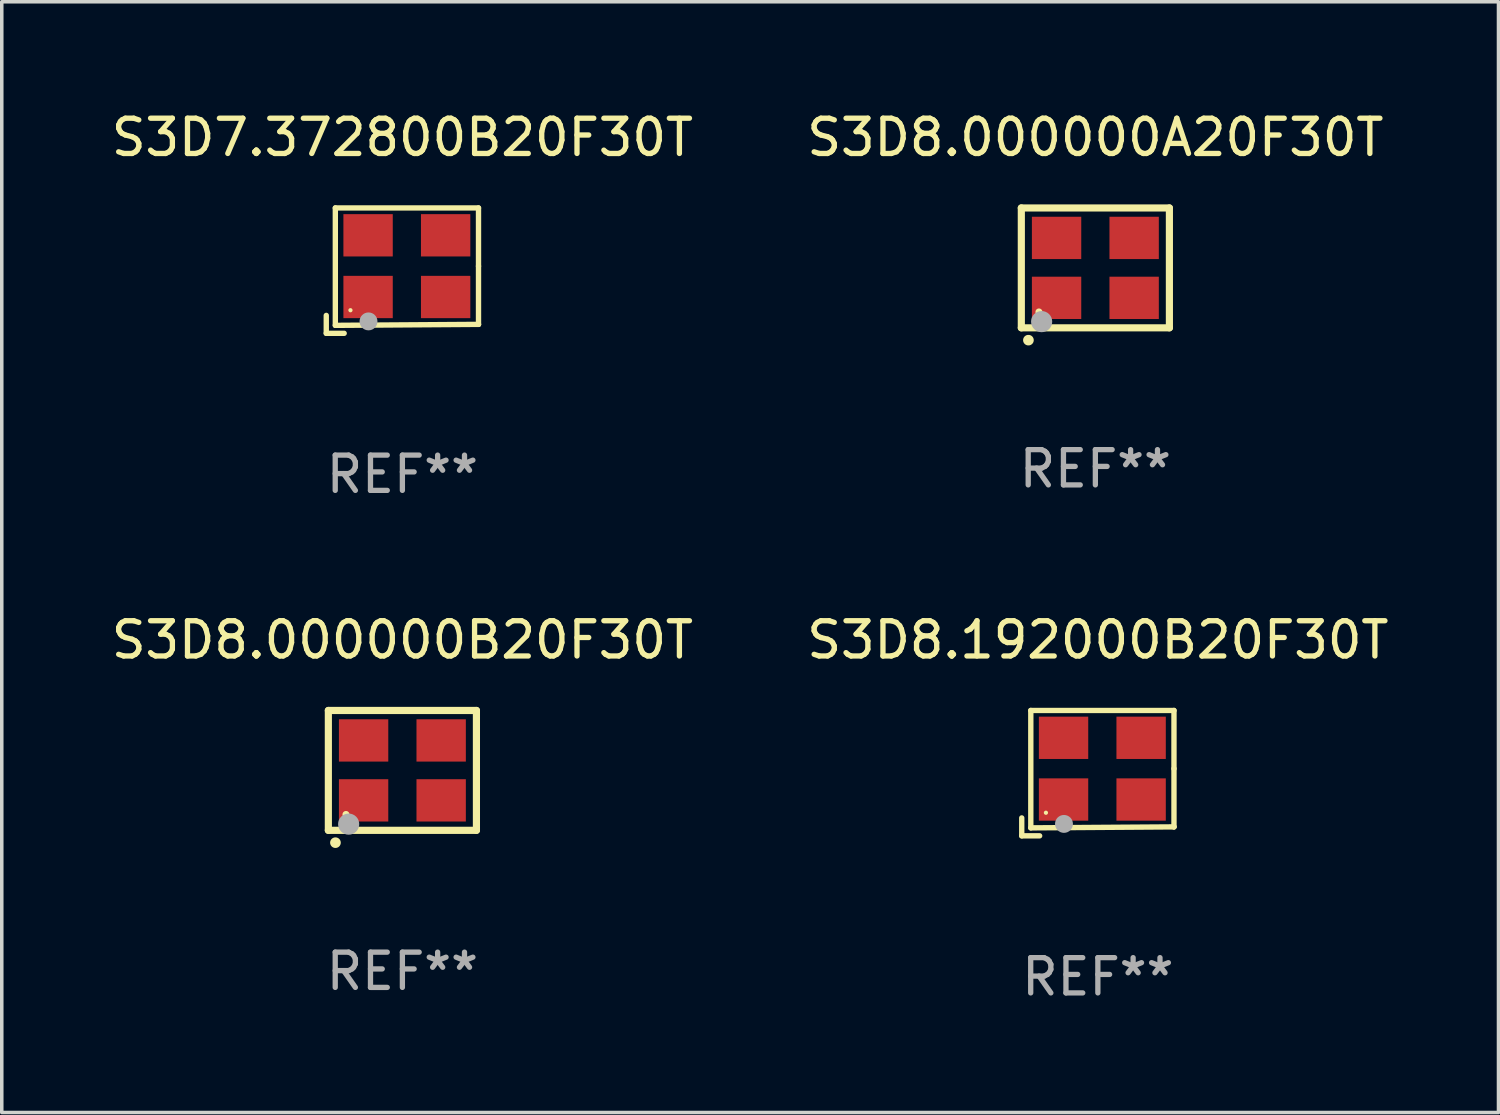
<source format=kicad_pcb>
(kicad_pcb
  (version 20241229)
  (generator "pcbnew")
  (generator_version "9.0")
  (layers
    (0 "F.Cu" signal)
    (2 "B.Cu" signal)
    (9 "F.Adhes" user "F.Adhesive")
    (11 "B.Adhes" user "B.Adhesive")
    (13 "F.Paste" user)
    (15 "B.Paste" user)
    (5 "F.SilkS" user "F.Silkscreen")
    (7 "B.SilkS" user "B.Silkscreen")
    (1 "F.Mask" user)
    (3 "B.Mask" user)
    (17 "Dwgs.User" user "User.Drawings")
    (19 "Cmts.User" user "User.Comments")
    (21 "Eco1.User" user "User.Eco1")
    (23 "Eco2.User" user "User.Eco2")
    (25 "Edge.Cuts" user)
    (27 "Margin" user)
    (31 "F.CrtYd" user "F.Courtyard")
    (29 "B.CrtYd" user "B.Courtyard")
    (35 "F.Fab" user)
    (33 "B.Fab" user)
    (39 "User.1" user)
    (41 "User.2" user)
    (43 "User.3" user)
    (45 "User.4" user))
  (footprint "S3D8.192000B20F30T"
    (layer "F.Cu")
    (at 28.089 18.879)
    (property "Reference" "S3D8.192000B20F30T" (at 0 -3.778 0) (layer "F.SilkS") (effects (font (size 1 1) (thickness 0.15))))
    (attr through_hole)
    (fp_line (start -2.159 1.27) (end -2.159 1.778) (stroke (width 0.152) (type solid)) (layer "F.SilkS"))
    (fp_line (start -2.159 1.778) (end -1.651 1.778) (stroke (width 0.152) (type solid)) (layer "F.SilkS"))
    (fp_line (start -1.902 -1.778) (end 2.159 -1.778) (stroke (width 0.152) (type solid)) (layer "F.SilkS"))
    (fp_line (start -1.902 1.552) (end -1.902 -1.778) (stroke (width 0.152) (type solid)) (layer "F.SilkS"))
    (fp_line (start 2.159 -1.778) (end 2.159 -0.127) (stroke (width 0.152) (type solid)) (layer "F.SilkS"))
    (fp_line (start 2.159 -0.127) (end 2.159 1.524) (stroke (width 0.152) (type solid)) (layer "F.SilkS"))
    (fp_line (start 2.159 1.524) (end -1.902 1.552) (stroke (width 0.152) (type solid)) (layer "F.SilkS"))
    (fp_line (start 2.159 1.524) (end 2.159 1.524) (stroke (width 0.152) (type solid)) (layer "F.SilkS"))
    (fp_circle (center -1.473 1.123) (end -1.443 1.123) (stroke (width 0.06) (type solid)) (fill no) (layer "F.SilkS"))
    (fp_circle (center -0.961 1.44) (end -0.834 1.44) (stroke (width 0.254) (type solid)) (fill no) (layer "F.Fab"))
    (fp_text user "REF**" (at 0 5.778 0) (layer "F.Fab") (effects (font (size 1 1) (thickness 0.15))))
    (pad "1" smd rect (at -0.973 0.748) (size 1.4 1.2) (layers "F.Cu" "F.Mask" "F.Paste"))
    (pad "2" smd rect (at 1.227 0.748) (size 1.4 1.2) (layers "F.Cu" "F.Mask" "F.Paste"))
    (pad "3" smd rect (at 1.227 -1.002) (size 1.4 1.2) (layers "F.Cu" "F.Mask" "F.Paste"))
    (pad "4" smd rect (at -0.973 -1.002) (size 1.4 1.2) (layers "F.Cu" "F.Mask" "F.Paste")))
  (footprint "S3D8.000000A20F30T"
    (layer "F.Cu")
    (at 28.018 4.548)
    (property "Reference" "S3D8.000000A20F30T" (at 0 -3.7 0) (layer "F.SilkS") (effects (font (size 1 1) (thickness 0.15))))
    (attr through_hole)
    (fp_line (start -2.1 -1.7) (end -2.1 1.7) (stroke (width 0.203) (type solid)) (layer "F.SilkS"))
    (fp_line (start -2.1 1.7) (end 2.1 1.7) (stroke (width 0.203) (type solid)) (layer "F.SilkS"))
    (fp_line (start 2.1 -1.7) (end -2.1 -1.7) (stroke (width 0.203) (type solid)) (layer "F.SilkS"))
    (fp_line (start 2.1 1.7) (end 2.1 -1.7) (stroke (width 0.203) (type solid)) (layer "F.SilkS"))
    (fp_arc (start -1.899924 2.049784) (mid -1.898654 2.049779) (end -1.897384 2.049784) (stroke (width 0.3) (type solid)) (layer "F.SilkS"))
    (fp_circle (center -1.6 1.25) (end -1.55 1.25) (stroke (width 0.1) (type solid)) (fill no) (layer "F.SilkS"))
    (fp_circle (center -1.524 1.524) (end -1.374 1.524) (stroke (width 0.3) (type solid)) (fill no) (layer "F.Fab"))
    (fp_text user "REF**" (at 0 5.7 0) (layer "F.Fab") (effects (font (size 1 1) (thickness 0.15))))
    (pad "1" smd rect (at -1.1 0.85) (size 1.4 1.2) (layers "F.Cu" "F.Mask" "F.Paste"))
    (pad "2" smd rect (at 1.1 0.85) (size 1.4 1.2) (layers "F.Cu" "F.Mask" "F.Paste"))
    (pad "3" smd rect (at 1.1 -0.85) (size 1.4 1.2) (layers "F.Cu" "F.Mask" "F.Paste"))
    (pad "4" smd rect (at -1.1 -0.85) (size 1.4 1.2) (layers "F.Cu" "F.Mask" "F.Paste")))
  (footprint "S3D8.000000B20F30T"
    (layer "F.Cu")
    (at 8.363 18.801)
    (property "Reference" "S3D8.000000B20F30T" (at 0 -3.7 0) (layer "F.SilkS") (effects (font (size 1 1) (thickness 0.15))))
    (attr through_hole)
    (fp_line (start -2.1 -1.7) (end -2.1 1.7) (stroke (width 0.203) (type solid)) (layer "F.SilkS"))
    (fp_line (start -2.1 1.7) (end 2.1 1.7) (stroke (width 0.203) (type solid)) (layer "F.SilkS"))
    (fp_line (start 2.1 -1.7) (end -2.1 -1.7) (stroke (width 0.203) (type solid)) (layer "F.SilkS"))
    (fp_line (start 2.1 1.7) (end 2.1 -1.7) (stroke (width 0.203) (type solid)) (layer "F.SilkS"))
    (fp_arc (start -1.899924 2.049784) (mid -1.898654 2.049779) (end -1.897384 2.049784) (stroke (width 0.3) (type solid)) (layer "F.SilkS"))
    (fp_circle (center -1.6 1.25) (end -1.55 1.25) (stroke (width 0.1) (type solid)) (fill no) (layer "F.SilkS"))
    (fp_circle (center -1.524 1.524) (end -1.374 1.524) (stroke (width 0.3) (type solid)) (fill no) (layer "F.Fab"))
    (fp_text user "REF**" (at 0 5.7 0) (layer "F.Fab") (effects (font (size 1 1) (thickness 0.15))))
    (pad "1" smd rect (at -1.1 0.85) (size 1.4 1.2) (layers "F.Cu" "F.Mask" "F.Paste"))
    (pad "2" smd rect (at 1.1 0.85) (size 1.4 1.2) (layers "F.Cu" "F.Mask" "F.Paste"))
    (pad "3" smd rect (at 1.1 -0.85) (size 1.4 1.2) (layers "F.Cu" "F.Mask" "F.Paste"))
    (pad "4" smd rect (at -1.1 -0.85) (size 1.4 1.2) (layers "F.Cu" "F.Mask" "F.Paste")))
  (footprint "S3D7.372800B20F30T"
    (layer "F.Cu")
    (at 8.363 4.626)
    (property "Reference" "S3D7.372800B20F30T" (at 0 -3.778 0) (layer "F.SilkS") (effects (font (size 1 1) (thickness 0.15))))
    (attr through_hole)
    (fp_line (start -2.159 1.27) (end -2.159 1.778) (stroke (width 0.152) (type solid)) (layer "F.SilkS"))
    (fp_line (start -2.159 1.778) (end -1.651 1.778) (stroke (width 0.152) (type solid)) (layer "F.SilkS"))
    (fp_line (start -1.902 -1.778) (end 2.159 -1.778) (stroke (width 0.152) (type solid)) (layer "F.SilkS"))
    (fp_line (start -1.902 1.552) (end -1.902 -1.778) (stroke (width 0.152) (type solid)) (layer "F.SilkS"))
    (fp_line (start 2.159 -1.778) (end 2.159 -0.127) (stroke (width 0.152) (type solid)) (layer "F.SilkS"))
    (fp_line (start 2.159 -0.127) (end 2.159 1.524) (stroke (width 0.152) (type solid)) (layer "F.SilkS"))
    (fp_line (start 2.159 1.524) (end -1.902 1.552) (stroke (width 0.152) (type solid)) (layer "F.SilkS"))
    (fp_line (start 2.159 1.524) (end 2.159 1.524) (stroke (width 0.152) (type solid)) (layer "F.SilkS"))
    (fp_circle (center -1.473 1.123) (end -1.443 1.123) (stroke (width 0.06) (type solid)) (fill no) (layer "F.SilkS"))
    (fp_circle (center -0.961 1.44) (end -0.834 1.44) (stroke (width 0.254) (type solid)) (fill no) (layer "F.Fab"))
    (fp_text user "REF**" (at 0 5.778 0) (layer "F.Fab") (effects (font (size 1 1) (thickness 0.15))))
    (pad "1" smd rect (at -0.973 0.748) (size 1.4 1.2) (layers "F.Cu" "F.Mask" "F.Paste"))
    (pad "2" smd rect (at 1.227 0.748) (size 1.4 1.2) (layers "F.Cu" "F.Mask" "F.Paste"))
    (pad "3" smd rect (at 1.227 -1.002) (size 1.4 1.2) (layers "F.Cu" "F.Mask" "F.Paste"))
    (pad "4" smd rect (at -0.973 -1.002) (size 1.4 1.2) (layers "F.Cu" "F.Mask" "F.Paste")))
  (gr_rect
    (start -3 -3)
    (end 39.452 28.505)
    (stroke (width 0.1) (type default))
    (fill no)
    (layer "Edge.Cuts")))
</source>
